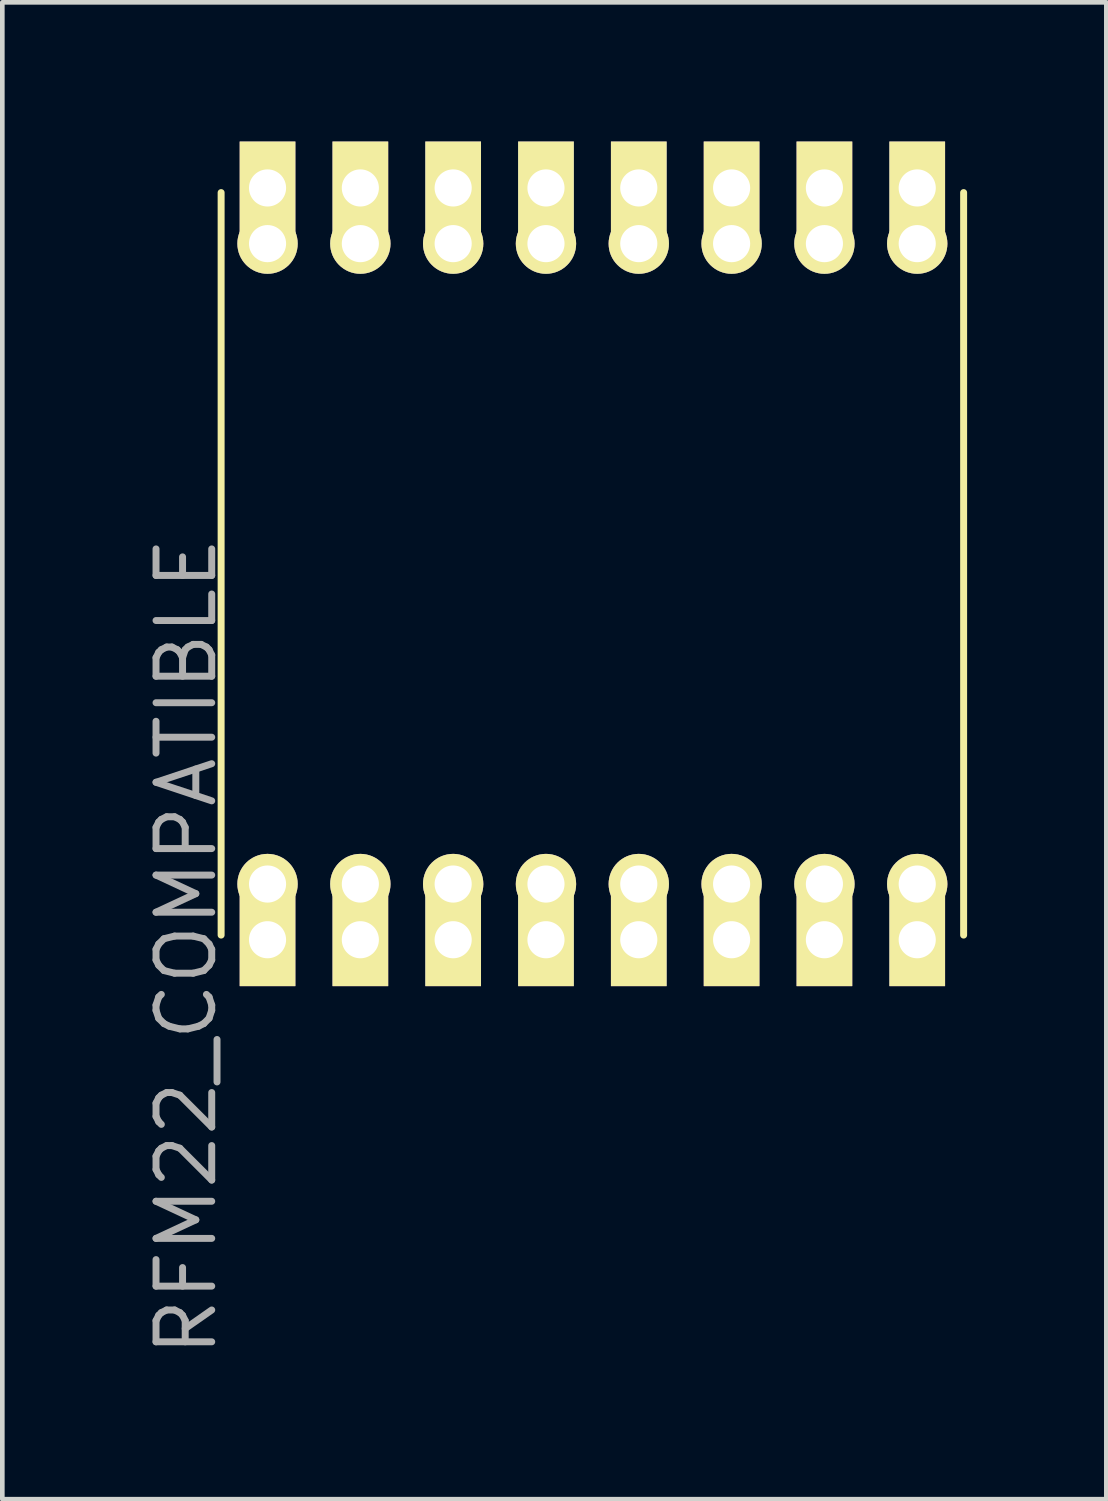
<source format=kicad_pcb>
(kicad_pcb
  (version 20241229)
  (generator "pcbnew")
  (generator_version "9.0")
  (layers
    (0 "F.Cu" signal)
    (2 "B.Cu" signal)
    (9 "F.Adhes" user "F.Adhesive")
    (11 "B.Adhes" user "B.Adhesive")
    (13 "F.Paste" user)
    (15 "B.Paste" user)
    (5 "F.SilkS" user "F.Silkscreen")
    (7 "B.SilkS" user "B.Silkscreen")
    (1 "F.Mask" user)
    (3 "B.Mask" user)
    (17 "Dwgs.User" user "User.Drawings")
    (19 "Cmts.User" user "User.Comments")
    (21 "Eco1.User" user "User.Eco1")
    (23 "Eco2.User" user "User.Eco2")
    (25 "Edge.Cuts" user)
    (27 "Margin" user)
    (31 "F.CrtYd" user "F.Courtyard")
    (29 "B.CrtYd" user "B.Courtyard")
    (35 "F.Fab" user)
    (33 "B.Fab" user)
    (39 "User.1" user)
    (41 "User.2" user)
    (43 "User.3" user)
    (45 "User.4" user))
  (footprint "RFM22_COMPATIBLE"
    (layer "F.Cu")
    (at 9.715 9.1)
    (property "Reference" "RFM22_COMPATIBLE" (at -8.75 8.25 90) (layer "F.Fab") (effects (font (size 1.2 1.2) (thickness 0.15))))
    (attr through_hole)
    (fp_line (start -8 -8) (end -8 8) (stroke (width 0.15) (type solid)) (layer "F.SilkS"))
    (fp_line (start 8 8) (end 8 -8) (stroke (width 0.15) (type solid)) (layer "F.SilkS"))
    (pad "1" thru_hole circle (at -7 6.9) (size 1.3 1.3) (drill 0.8) (layers "*.Cu" "*.Mask" "F.SilkS"))
    (pad "1" thru_hole rect (at -7 8.1) (size 1.2 2) (drill 0.8) (layers "*.Cu" "*.Mask" "F.SilkS"))
    (pad "2" thru_hole circle (at -5 6.9) (size 1.3 1.3) (drill 0.8) (layers "*.Cu" "*.Mask" "F.SilkS"))
    (pad "2" thru_hole rect (at -5 8.1) (size 1.2 2) (drill 0.8) (layers "*.Cu" "*.Mask" "F.SilkS"))
    (pad "3" thru_hole circle (at -3 6.9) (size 1.3 1.3) (drill 0.8) (layers "*.Cu" "*.Mask" "F.SilkS"))
    (pad "3" thru_hole rect (at -3 8.1) (size 1.2 2) (drill 0.8) (layers "*.Cu" "*.Mask" "F.SilkS"))
    (pad "4" thru_hole circle (at -1 6.9) (size 1.3 1.3) (drill 0.8) (layers "*.Cu" "*.Mask" "F.SilkS"))
    (pad "4" thru_hole rect (at -1 8.1) (size 1.2 2) (drill 0.8) (layers "*.Cu" "*.Mask" "F.SilkS"))
    (pad "5" thru_hole circle (at 1 6.9) (size 1.3 1.3) (drill 0.8) (layers "*.Cu" "*.Mask" "F.SilkS"))
    (pad "5" thru_hole rect (at 1 8.1) (size 1.2 2) (drill 0.8) (layers "*.Cu" "*.Mask" "F.SilkS"))
    (pad "6" thru_hole circle (at 3 6.9) (size 1.3 1.3) (drill 0.8) (layers "*.Cu" "*.Mask" "F.SilkS"))
    (pad "6" thru_hole rect (at 3 8.1) (size 1.2 2) (drill 0.8) (layers "*.Cu" "*.Mask" "F.SilkS"))
    (pad "7" thru_hole circle (at 5 6.9) (size 1.3 1.3) (drill 0.8) (layers "*.Cu" "*.Mask" "F.SilkS"))
    (pad "7" thru_hole rect (at 5 8.1) (size 1.2 2) (drill 0.8) (layers "*.Cu" "*.Mask" "F.SilkS"))
    (pad "8" thru_hole circle (at 7 6.9) (size 1.3 1.3) (drill 0.8) (layers "*.Cu" "*.Mask" "F.SilkS"))
    (pad "8" thru_hole rect (at 7 8.1) (size 1.2 2) (drill 0.8) (layers "*.Cu" "*.Mask" "F.SilkS"))
    (pad "9" thru_hole rect (at 7 -8.1) (size 1.2 2) (drill 0.8) (layers "*.Cu" "*.Mask" "F.SilkS"))
    (pad "9" thru_hole circle (at 7 -6.9) (size 1.3 1.3) (drill 0.8) (layers "*.Cu" "*.Mask" "F.SilkS"))
    (pad "10" thru_hole rect (at 5 -8.1) (size 1.2 2) (drill 0.8) (layers "*.Cu" "*.Mask" "F.SilkS"))
    (pad "10" thru_hole circle (at 5 -6.9) (size 1.3 1.3) (drill 0.8) (layers "*.Cu" "*.Mask" "F.SilkS"))
    (pad "11" thru_hole rect (at 3 -8.1) (size 1.2 2) (drill 0.8) (layers "*.Cu" "*.Mask" "F.SilkS"))
    (pad "11" thru_hole circle (at 3 -6.9) (size 1.3 1.3) (drill 0.8) (layers "*.Cu" "*.Mask" "F.SilkS"))
    (pad "12" thru_hole rect (at 1 -8.1) (size 1.2 2) (drill 0.8) (layers "*.Cu" "*.Mask" "F.SilkS"))
    (pad "12" thru_hole circle (at 1 -6.9) (size 1.3 1.3) (drill 0.8) (layers "*.Cu" "*.Mask" "F.SilkS"))
    (pad "13" thru_hole rect (at -1 -8.1) (size 1.2 2) (drill 0.8) (layers "*.Cu" "*.Mask" "F.SilkS"))
    (pad "13" thru_hole circle (at -1 -6.9) (size 1.3 1.3) (drill 0.8) (layers "*.Cu" "*.Mask" "F.SilkS"))
    (pad "14" thru_hole rect (at -3 -8.1) (size 1.2 2) (drill 0.8) (layers "*.Cu" "*.Mask" "F.SilkS"))
    (pad "14" thru_hole circle (at -3 -6.9) (size 1.3 1.3) (drill 0.8) (layers "*.Cu" "*.Mask" "F.SilkS"))
    (pad "15" thru_hole rect (at -5 -8.1) (size 1.2 2) (drill 0.8) (layers "*.Cu" "*.Mask" "F.SilkS"))
    (pad "15" thru_hole circle (at -5 -6.9) (size 1.3 1.3) (drill 0.8) (layers "*.Cu" "*.Mask" "F.SilkS"))
    (pad "16" thru_hole rect (at -7 -8.1) (size 1.2 2) (drill 0.8) (layers "*.Cu" "*.Mask" "F.SilkS"))
    (pad "16" thru_hole circle (at -7 -6.9) (size 1.3 1.3) (drill 0.8) (layers "*.Cu" "*.Mask" "F.SilkS")))
  (gr_rect
    (start -3 -3)
    (end 20.79 29.255)
    (stroke (width 0.1) (type default))
    (fill no)
    (layer "Edge.Cuts")))
</source>
